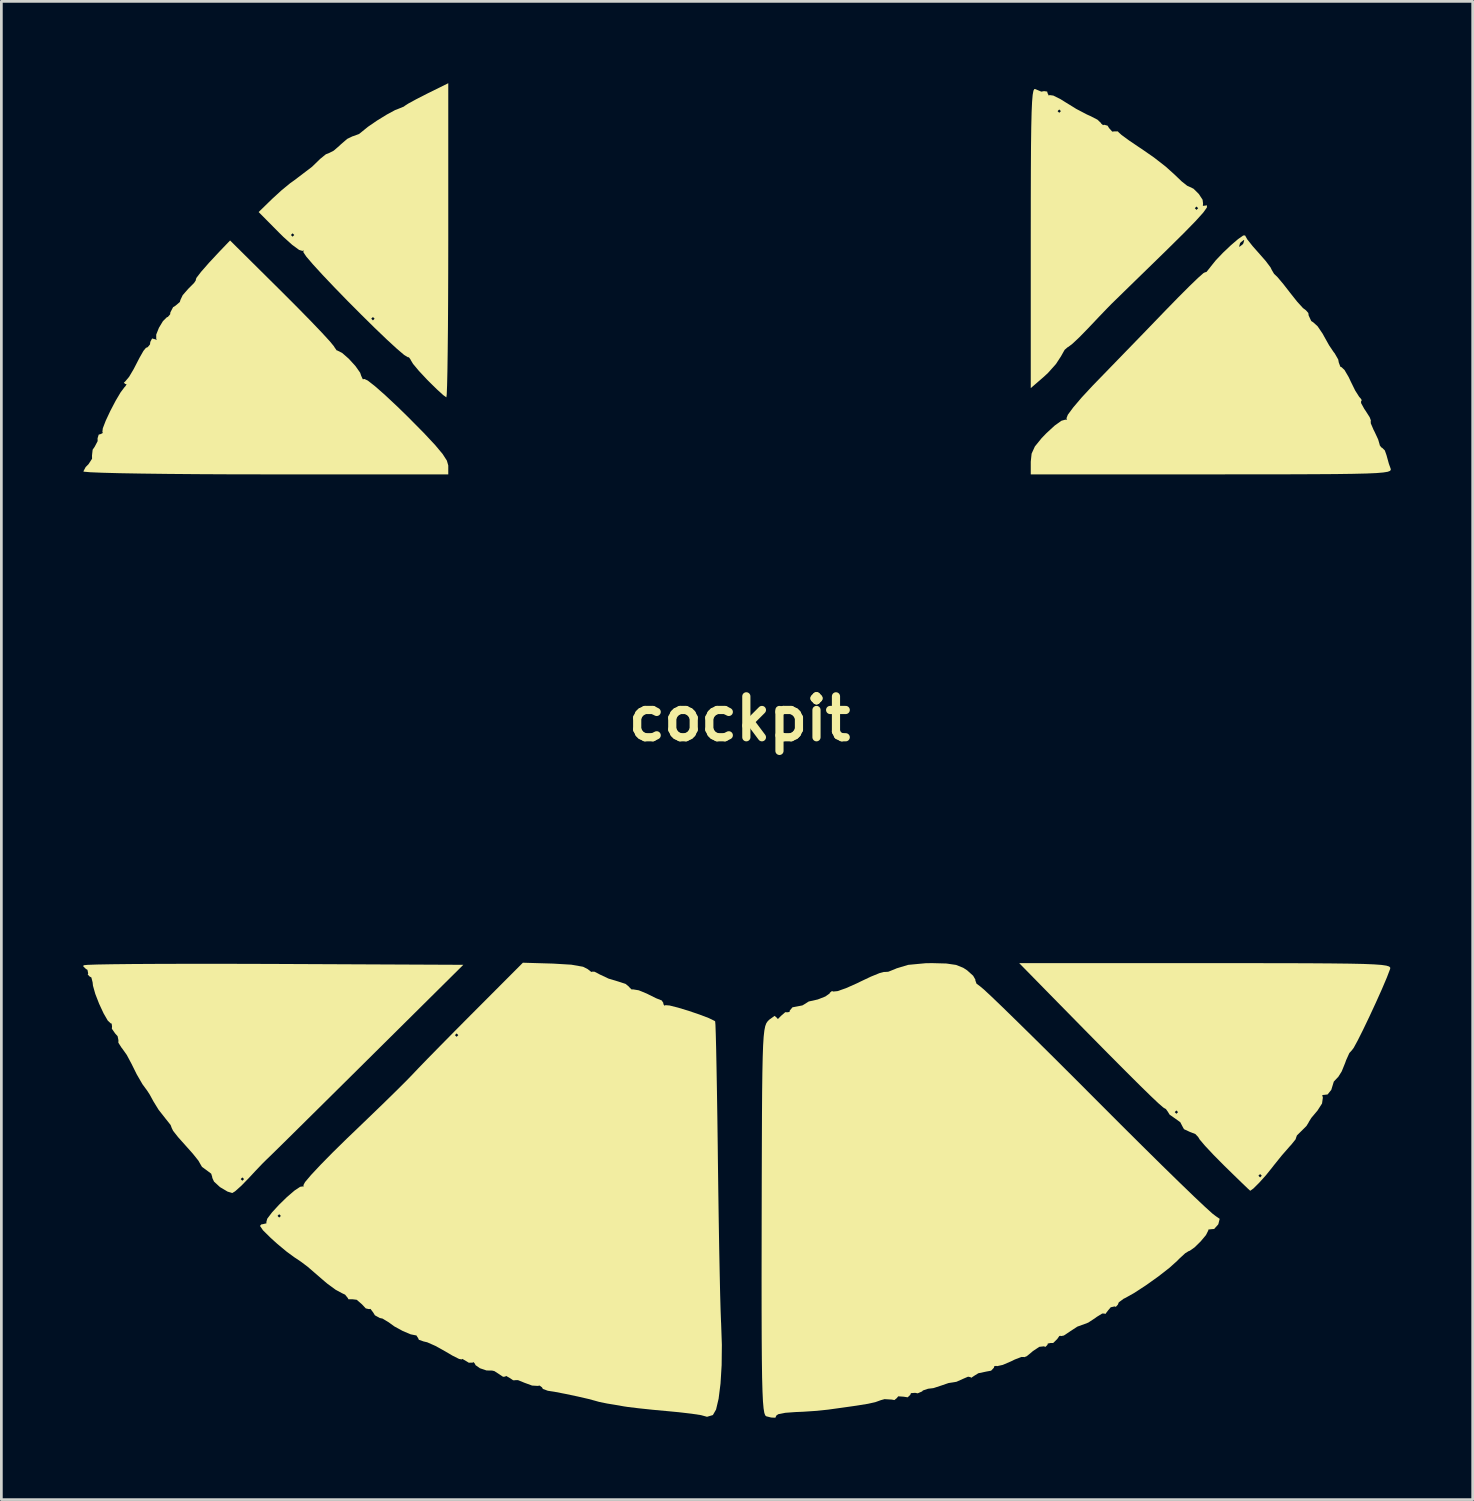
<source format=kicad_pcb>
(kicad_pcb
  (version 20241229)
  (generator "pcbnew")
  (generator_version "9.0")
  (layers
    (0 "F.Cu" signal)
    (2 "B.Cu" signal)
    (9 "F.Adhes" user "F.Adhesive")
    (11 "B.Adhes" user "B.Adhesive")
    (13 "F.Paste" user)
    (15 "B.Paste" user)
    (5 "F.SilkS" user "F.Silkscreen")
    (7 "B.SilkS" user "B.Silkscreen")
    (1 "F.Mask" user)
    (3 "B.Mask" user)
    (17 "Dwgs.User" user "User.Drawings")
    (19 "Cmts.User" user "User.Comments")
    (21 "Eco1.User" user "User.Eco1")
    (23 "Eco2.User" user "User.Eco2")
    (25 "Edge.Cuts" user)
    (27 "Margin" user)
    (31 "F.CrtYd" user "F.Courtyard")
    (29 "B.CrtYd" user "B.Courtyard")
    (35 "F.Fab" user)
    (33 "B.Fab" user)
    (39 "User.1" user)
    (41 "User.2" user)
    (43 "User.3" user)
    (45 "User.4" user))
  (footprint "cockpit"
    (layer "F.Cu")
    (at 24.055 23.294)
    (property "Reference" "cockpit" (at 0 0 0) (layer "F.SilkS") (effects (font (size 1.5 1.5) (thickness 0.3))))
    (attr board_only exclude_from_pos_files exclude_from_bom)
    (fp_poly (pts (xy -10.675 -17.537) (xy -10.677 -16.375) (xy -10.681 -15.291) (xy -10.687 -14.31) (xy -10.696 -13.455) (xy -10.706 -12.75) (xy -10.718 -12.22) (xy -10.731 -11.889) (xy -10.745 -11.78) (xy -10.858 -11.861) (xy -11.093 -12.075) (xy -11.403 -12.379) (xy -11.447 -12.424) (xy -11.75 -12.748) (xy -11.966 -13.007) (xy -12.053 -13.152) (xy -12.053 -13.16) (xy -12.118 -13.248) (xy -12.158 -13.252) (xy -12.293 -13.335) (xy -12.561 -13.563) (xy -12.933 -13.905) (xy -13.377 -14.331) (xy -13.714 -14.663) (xy -13.498 -14.663) (xy -13.436 -14.602) (xy -13.375 -14.663) (xy -13.436 -14.725) (xy -13.498 -14.663) (xy -13.714 -14.663) (xy -13.864 -14.811) (xy -14.364 -15.313) (xy -14.845 -15.808) (xy -15.278 -16.264) (xy -15.632 -16.651) (xy -15.878 -16.938) (xy -15.984 -17.096) (xy -15.985 -17.112) (xy -15.978 -17.174) (xy -16.016 -17.146) (xy -16.142 -17.184) (xy -16.392 -17.367) (xy -16.719 -17.661) (xy -16.79 -17.731) (xy -16.443 -17.731) (xy -16.381 -17.67) (xy -16.32 -17.731) (xy -16.381 -17.792) (xy -16.443 -17.731) (xy -16.79 -17.731) (xy -16.872 -17.812) (xy -17.625 -18.572) (xy -17.126 -19.058) (xy -16.787 -19.368) (xy -16.466 -19.632) (xy -16.32 -19.735) (xy -15.669 -20.23) (xy -15.368 -20.522) (xy -15.16 -20.69) (xy -15.035 -20.739) (xy -14.872 -20.823) (xy -14.643 -21.022) (xy -14.62 -21.046) (xy -14.378 -21.254) (xy -14.18 -21.35) (xy -14.168 -21.351) (xy -13.949 -21.431) (xy -13.841 -21.516) (xy -13.618 -21.697) (xy -13.287 -21.924) (xy -12.929 -22.144) (xy -12.627 -22.308) (xy -12.49 -22.361) (xy -12.3 -22.439) (xy -12.271 -22.464) (xy -12.137 -22.55) (xy -11.845 -22.709) (xy -11.456 -22.908) (xy -11.442 -22.915) (xy -10.675 -23.294)) (stroke (width 0) (type solid)) (fill yes) (layer "F.SilkS"))
    (fp_poly (pts (xy -17.969 8.984) (xy -17.045 8.987) (xy -10.123 9.019) (xy -13.65 12.516) (xy -14.422 13.281) (xy -15.143 13.995) (xy -15.794 14.639) (xy -16.355 15.194) (xy -16.807 15.64) (xy -17.131 15.958) (xy -17.307 16.129) (xy -17.331 16.151) (xy -17.495 16.314) (xy -17.758 16.59) (xy -17.977 16.826) (xy -18.261 17.118) (xy -18.489 17.321) (xy -18.591 17.383) (xy -18.765 17.331) (xy -19.026 17.176) (xy -19.051 17.158) (xy -19.26 16.966) (xy -19.304 16.872) (xy -18.283 16.872) (xy -18.222 16.933) (xy -18.16 16.872) (xy -18.222 16.811) (xy -18.283 16.872) (xy -19.304 16.872) (xy -19.328 16.819) (xy -19.323 16.806) (xy -19.364 16.675) (xy -19.507 16.567) (xy -19.702 16.424) (xy -19.756 16.333) (xy -19.833 16.197) (xy -20.037 15.942) (xy -20.306 15.64) (xy -20.579 15.334) (xy -20.76 15.104) (xy -20.81 15.002) (xy -20.851 14.891) (xy -21.014 14.685) (xy -21.03 14.666) (xy -21.292 14.332) (xy -21.478 14.03) (xy -21.621 13.769) (xy -21.717 13.622) (xy -21.719 13.62) (xy -21.883 13.396) (xy -22.094 13.032) (xy -22.283 12.651) (xy -22.458 12.323) (xy -22.633 12.076) (xy -22.649 12.059) (xy -22.767 11.873) (xy -22.764 11.784) (xy -22.794 11.636) (xy -22.885 11.534) (xy -23.005 11.362) (xy -22.999 11.275) (xy -23.013 11.172) (xy -23.046 11.166) (xy -23.156 11.062) (xy -23.309 10.797) (xy -23.472 10.447) (xy -23.613 10.084) (xy -23.698 9.782) (xy -23.71 9.663) (xy -23.757 9.481) (xy -23.82 9.448) (xy -23.889 9.374) (xy -23.873 9.336) (xy -23.899 9.203) (xy -23.957 9.169) (xy -24.055 9.074) (xy -24.039 9.035) (xy -23.906 9.021) (xy -23.55 9.008) (xy -22.993 8.998) (xy -22.257 8.99) (xy -21.365 8.985) (xy -20.338 8.982) (xy -19.198 8.981)) (stroke (width 0) (type solid)) (fill yes) (layer "F.SilkS"))
    (fp_poly (pts (xy 10.85 -23.076) (xy 10.854 -23.073) (xy 11.063 -22.985) (xy 11.161 -23.004) (xy 11.277 -22.988) (xy 11.289 -22.933) (xy 11.334 -22.841) (xy 11.366 -22.859) (xy 11.502 -22.841) (xy 11.765 -22.71) (xy 11.949 -22.595) (xy 12.343 -22.352) (xy 12.734 -22.147) (xy 12.853 -22.094) (xy 13.119 -21.958) (xy 13.25 -21.834) (xy 13.252 -21.819) (xy 13.326 -21.756) (xy 13.362 -21.772) (xy 13.491 -21.738) (xy 13.545 -21.649) (xy 13.662 -21.519) (xy 13.732 -21.528) (xy 13.869 -21.529) (xy 13.886 -21.504) (xy 14.002 -21.398) (xy 14.273 -21.199) (xy 14.644 -20.948) (xy 14.728 -20.893) (xy 15.187 -20.575) (xy 15.625 -20.234) (xy 15.946 -19.945) (xy 15.948 -19.943) (xy 16.211 -19.691) (xy 16.409 -19.535) (xy 16.467 -19.51) (xy 16.64 -19.427) (xy 16.834 -19.235) (xy 16.973 -19.023) (xy 16.99 -18.889) (xy 16.983 -18.798) (xy 17.016 -18.802) (xy 17.134 -18.817) (xy 17.13 -18.737) (xy 16.994 -18.548) (xy 16.714 -18.238) (xy 16.278 -17.792) (xy 15.675 -17.196) (xy 15.532 -17.056) (xy 14.99 -16.528) (xy 14.499 -16.05) (xy 14.089 -15.65) (xy 13.791 -15.359) (xy 13.637 -15.209) (xy 13.634 -15.206) (xy 13.456 -15.024) (xy 13.168 -14.724) (xy 12.829 -14.366) (xy 12.782 -14.316) (xy 12.461 -13.987) (xy 12.199 -13.741) (xy 12.045 -13.624) (xy 12.03 -13.62) (xy 11.916 -13.521) (xy 11.782 -13.283) (xy 11.598 -13.001) (xy 11.306 -12.674) (xy 11.153 -12.532) (xy 10.675 -12.119) (xy 10.675 -17.67) (xy 10.676 -18.713) (xy 16.688 -18.713) (xy 16.749 -18.651) (xy 16.811 -18.713) (xy 16.749 -18.774) (xy 16.688 -18.713) (xy 10.676 -18.713) (xy 10.676 -18.992) (xy 10.679 -20.089) (xy 10.684 -20.979) (xy 10.693 -21.682) (xy 10.706 -22.218) (xy 10.708 -22.271) (xy 11.657 -22.271) (xy 11.718 -22.21) (xy 11.78 -22.271) (xy 11.718 -22.332) (xy 11.657 -22.271) (xy 10.708 -22.271) (xy 10.723 -22.607) (xy 10.745 -22.867) (xy 10.773 -23.019) (xy 10.808 -23.082)) (stroke (width 0) (type solid)) (fill yes) (layer "F.SilkS"))
    (fp_poly (pts (xy -16.76 -15.634) (xy -16.202 -15.075) (xy -15.708 -14.571) (xy -15.303 -14.147) (xy -15.013 -13.831) (xy -14.863 -13.648) (xy -14.847 -13.618) (xy -14.766 -13.501) (xy -14.743 -13.498) (xy -14.566 -13.409) (xy -14.32 -13.194) (xy -14.076 -12.926) (xy -13.904 -12.682) (xy -13.866 -12.569) (xy -13.807 -12.442) (xy -13.746 -12.453) (xy -13.624 -12.395) (xy -13.361 -12.189) (xy -12.988 -11.861) (xy -12.536 -11.438) (xy -12.15 -11.061) (xy -11.571 -10.476) (xy -11.154 -10.03) (xy -10.879 -9.7) (xy -10.726 -9.461) (xy -10.676 -9.288) (xy -10.675 -9.276) (xy -10.675 -8.957) (xy -17.363 -8.957) (xy -18.655 -8.959) (xy -19.858 -8.965) (xy -20.95 -8.974) (xy -21.911 -8.986) (xy -22.719 -9) (xy -23.355 -9.017) (xy -23.797 -9.035) (xy -24.024 -9.055) (xy -24.05 -9.065) (xy -23.966 -9.224) (xy -23.861 -9.33) (xy -23.731 -9.53) (xy -23.733 -9.648) (xy -23.709 -9.862) (xy -23.636 -9.967) (xy -23.526 -10.176) (xy -23.529 -10.278) (xy -23.487 -10.415) (xy -23.426 -10.43) (xy -23.334 -10.476) (xy -23.353 -10.51) (xy -23.337 -10.646) (xy -23.229 -10.926) (xy -23.061 -11.284) (xy -22.868 -11.653) (xy -22.682 -11.967) (xy -22.537 -12.159) (xy -22.516 -12.177) (xy -22.464 -12.26) (xy -22.516 -12.271) (xy -22.566 -12.317) (xy -22.514 -12.364) (xy -22.374 -12.531) (xy -22.211 -12.807) (xy -22.207 -12.813) (xy -21.989 -13.235) (xy -21.849 -13.481) (xy -21.757 -13.594) (xy -21.69 -13.62) (xy -21.607 -13.721) (xy -21.596 -13.812) (xy -21.531 -13.938) (xy -21.443 -13.915) (xy -21.354 -13.887) (xy -21.378 -13.925) (xy -21.379 -14.08) (xy -21.28 -14.33) (xy -21.132 -14.575) (xy -20.988 -14.717) (xy -20.956 -14.725) (xy -20.869 -14.823) (xy -20.86 -14.896) (xy -20.761 -15.085) (xy -20.676 -15.137) (xy -20.513 -15.276) (xy -20.492 -15.351) (xy -20.409 -15.525) (xy -20.206 -15.758) (xy -20.179 -15.784) (xy -19.99 -15.975) (xy -19.926 -16.071) (xy -19.932 -16.074) (xy -19.908 -16.156) (xy -19.735 -16.381) (xy -19.439 -16.719) (xy -19.06 -17.125) (xy -18.672 -17.53)) (stroke (width 0) (type solid)) (fill yes) (layer "F.SilkS"))
    (fp_poly (pts (xy 18.554 8.958) (xy 19.796 8.959) (xy 20.83 8.962) (xy 21.675 8.968) (xy 22.348 8.976) (xy 22.87 8.987) (xy 23.258 9.003) (xy 23.531 9.023) (xy 23.708 9.049) (xy 23.808 9.08) (xy 23.849 9.118) (xy 23.849 9.163) (xy 23.846 9.172) (xy 23.726 9.486) (xy 23.544 9.914) (xy 23.322 10.409) (xy 23.085 10.92) (xy 22.856 11.398) (xy 22.657 11.795) (xy 22.512 12.061) (xy 22.447 12.148) (xy 22.352 12.253) (xy 22.234 12.514) (xy 22.201 12.608) (xy 22.072 12.926) (xy 21.942 13.133) (xy 21.916 13.156) (xy 21.781 13.301) (xy 21.77 13.34) (xy 21.69 13.602) (xy 21.554 13.771) (xy 21.44 13.784) (xy 21.359 13.792) (xy 21.381 13.889) (xy 21.351 14.102) (xy 21.177 14.372) (xy 21.156 14.395) (xy 20.959 14.629) (xy 20.862 14.785) (xy 20.86 14.797) (xy 20.777 14.929) (xy 20.596 15.109) (xy 20.431 15.271) (xy 20.406 15.338) (xy 20.381 15.416) (xy 20.226 15.609) (xy 20.164 15.676) (xy 19.877 16.005) (xy 19.575 16.38) (xy 19.527 16.443) (xy 19.298 16.728) (xy 19.047 17.007) (xy 18.834 17.219) (xy 18.719 17.301) (xy 18.631 17.221) (xy 18.404 17.003) (xy 18.143 16.749) (xy 19.019 16.749) (xy 19.081 16.811) (xy 19.142 16.749) (xy 19.081 16.688) (xy 19.019 16.749) (xy 18.143 16.749) (xy 18.075 16.683) (xy 17.756 16.371) (xy 17.371 15.982) (xy 17.061 15.651) (xy 16.864 15.419) (xy 16.811 15.33) (xy 16.707 15.221) (xy 16.508 15.144) (xy 16.291 15.043) (xy 16.232 14.937) (xy 16.156 14.789) (xy 15.975 14.658) (xy 15.765 14.511) (xy 15.708 14.418) (xy 15.952 14.418) (xy 16.013 14.479) (xy 16.074 14.418) (xy 16.013 14.357) (xy 15.952 14.418) (xy 15.708 14.418) (xy 15.699 14.403) (xy 15.623 14.297) (xy 15.607 14.295) (xy 15.53 14.247) (xy 15.356 14.096) (xy 15.076 13.831) (xy 14.68 13.444) (xy 14.157 12.923) (xy 13.497 12.26) (xy 12.691 11.443) (xy 11.728 10.463) (xy 11.353 10.081) (xy 10.251 8.957) (xy 17.085 8.957)) (stroke (width 0) (type solid)) (fill yes) (layer "F.SilkS"))
    (fp_poly (pts (xy 18.608 -17.574) (xy 18.81 -17.319) (xy 19.021 -17.081) (xy 19.284 -16.781) (xy 19.462 -16.545) (xy 19.51 -16.447) (xy 19.595 -16.303) (xy 19.602 -16.299) (xy 19.718 -16.187) (xy 19.932 -15.933) (xy 20.18 -15.614) (xy 20.441 -15.285) (xy 20.652 -15.053) (xy 20.762 -14.97) (xy 20.849 -14.87) (xy 20.86 -14.782) (xy 20.955 -14.577) (xy 21.029 -14.53) (xy 21.188 -14.386) (xy 21.377 -14.107) (xy 21.427 -14.014) (xy 21.612 -13.684) (xy 21.78 -13.435) (xy 21.811 -13.399) (xy 21.945 -13.166) (xy 21.964 -13.059) (xy 22.023 -12.902) (xy 22.068 -12.884) (xy 22.175 -12.782) (xy 22.327 -12.523) (xy 22.402 -12.363) (xy 22.566 -12.03) (xy 22.713 -11.798) (xy 22.758 -11.751) (xy 22.815 -11.668) (xy 22.784 -11.659) (xy 22.781 -11.572) (xy 22.899 -11.357) (xy 22.946 -11.289) (xy 23.097 -11.052) (xy 23.144 -10.927) (xy 23.135 -10.921) (xy 23.138 -10.827) (xy 23.238 -10.593) (xy 23.275 -10.522) (xy 23.408 -10.237) (xy 23.463 -10.048) (xy 23.462 -10.031) (xy 23.526 -9.941) (xy 23.545 -9.939) (xy 23.652 -9.835) (xy 23.713 -9.663) (xy 23.803 -9.339) (xy 23.864 -9.172) (xy 23.872 -9.125) (xy 23.844 -9.086) (xy 23.76 -9.053) (xy 23.6 -9.027) (xy 23.347 -9.005) (xy 22.98 -8.989) (xy 22.482 -8.977) (xy 21.834 -8.968) (xy 21.016 -8.963) (xy 20.01 -8.959) (xy 18.797 -8.958) (xy 17.358 -8.957) (xy 17.315 -8.957) (xy 10.675 -8.957) (xy 10.675 -9.422) (xy 10.706 -9.716) (xy 10.825 -9.979) (xy 11.074 -10.286) (xy 11.244 -10.462) (xy 11.55 -10.744) (xy 11.8 -10.923) (xy 11.937 -10.961) (xy 12.005 -10.963) (xy 11.983 -11.013) (xy 12.034 -11.143) (xy 12.231 -11.41) (xy 12.543 -11.777) (xy 12.942 -12.207) (xy 13.038 -12.306) (xy 13.542 -12.825) (xy 14.151 -13.453) (xy 14.799 -14.121) (xy 15.418 -14.763) (xy 15.614 -14.966) (xy 16.087 -15.451) (xy 16.494 -15.858) (xy 16.809 -16.161) (xy 17.005 -16.334) (xy 17.057 -16.361) (xy 17.115 -16.376) (xy 17.255 -16.55) (xy 17.272 -16.574) (xy 17.458 -16.805) (xy 17.72 -17.08) (xy 17.962 -17.309) (xy 18.313 -17.309) (xy 18.33 -17.301) (xy 18.442 -17.388) (xy 18.467 -17.424) (xy 18.498 -17.539) (xy 18.482 -17.547) (xy 18.37 -17.46) (xy 18.344 -17.424) (xy 18.313 -17.309) (xy 17.962 -17.309) (xy 18.007 -17.352) (xy 18.271 -17.578) (xy 18.461 -17.712) (xy 18.53 -17.715)) (stroke (width 0) (type solid)) (fill yes) (layer "F.SilkS"))
    (fp_poly (pts (xy -6.838 8.974) (xy -6.166 9.014) (xy -5.735 9.09) (xy -5.568 9.174) (xy -5.431 9.281) (xy -5.399 9.27) (xy -5.312 9.272) (xy -5.123 9.372) (xy -4.798 9.525) (xy -4.448 9.63) (xy -4.177 9.718) (xy -4.051 9.822) (xy -4.049 9.832) (xy -3.956 9.922) (xy -3.896 9.92) (xy -3.693 9.953) (xy -3.394 10.076) (xy -3.345 10.101) (xy -3.059 10.243) (xy -2.87 10.319) (xy -2.854 10.322) (xy -2.789 10.42) (xy -2.795 10.451) (xy -2.753 10.517) (xy -2.711 10.498) (xy -2.562 10.51) (xy -2.257 10.587) (xy -1.867 10.705) (xy -1.465 10.842) (xy -1.124 10.972) (xy -0.915 11.074) (xy -0.893 11.092) (xy -0.882 11.219) (xy -0.87 11.566) (xy -0.856 12.107) (xy -0.842 12.814) (xy -0.827 13.664) (xy -0.812 14.629) (xy -0.798 15.683) (xy -0.793 16.15) (xy -0.778 17.281) (xy -0.762 18.373) (xy -0.745 19.394) (xy -0.727 20.309) (xy -0.71 21.087) (xy -0.693 21.694) (xy -0.678 22.097) (xy -0.674 22.165) (xy -0.647 22.945) (xy -0.655 23.692) (xy -0.696 24.365) (xy -0.766 24.921) (xy -0.86 25.32) (xy -0.975 25.519) (xy -0.984 25.524) (xy -1.191 25.585) (xy -1.267 25.564) (xy -1.413 25.524) (xy -1.748 25.473) (xy -2.218 25.418) (xy -2.603 25.381) (xy -3.177 25.328) (xy -3.696 25.273) (xy -4.088 25.226) (xy -4.233 25.204) (xy -4.588 25.142) (xy -4.847 25.1) (xy -5.149 25.038) (xy -5.276 25.002) (xy -5.534 24.932) (xy -5.935 24.84) (xy -6.384 24.745) (xy -6.783 24.668) (xy -7.025 24.631) (xy -7.207 24.564) (xy -7.24 24.505) (xy -7.328 24.44) (xy -7.393 24.453) (xy -7.604 24.44) (xy -7.884 24.337) (xy -8.117 24.242) (xy -8.221 24.242) (xy -8.221 24.246) (xy -8.297 24.247) (xy -8.405 24.173) (xy -8.554 24.087) (xy -8.589 24.112) (xy -8.666 24.119) (xy -8.792 24.035) (xy -8.985 23.91) (xy -9.068 23.891) (xy -9.273 23.887) (xy -9.516 23.805) (xy -9.678 23.69) (xy -9.694 23.648) (xy -9.747 23.579) (xy -9.774 23.599) (xy -9.922 23.603) (xy -10.02 23.543) (xy -10.158 23.463) (xy -10.185 23.482) (xy -10.278 23.465) (xy -10.521 23.343) (xy -10.781 23.19) (xy -11.144 22.988) (xy -11.447 22.854) (xy -11.579 22.823) (xy -11.753 22.762) (xy -11.78 22.7) (xy -11.848 22.598) (xy -11.872 22.599) (xy -12.055 22.562) (xy -12.347 22.438) (xy -12.65 22.273) (xy -12.862 22.119) (xy -13.085 21.985) (xy -13.186 21.964) (xy -13.364 21.865) (xy -13.426 21.763) (xy -13.526 21.63) (xy -13.581 21.639) (xy -13.699 21.612) (xy -13.837 21.464) (xy -14.031 21.296) (xy -14.185 21.277) (xy -14.335 21.277) (xy -14.357 21.232) (xy -14.457 21.108) (xy -14.574 21.053) (xy -14.797 20.933) (xy -15.1 20.712) (xy -15.218 20.613) (xy -15.52 20.352) (xy -15.769 20.137) (xy -15.829 20.085) (xy -16.071 19.903) (xy -16.326 19.732) (xy -16.59 19.539) (xy -16.938 19.25) (xy -17.18 19.032) (xy -17.467 18.748) (xy -17.576 18.588) (xy -17.522 18.53) (xy -17.49 18.529) (xy -17.338 18.494) (xy -17.343 18.446) (xy -17.309 18.324) (xy -17.232 18.222) (xy -16.933 18.222) (xy -16.872 18.283) (xy -16.811 18.222) (xy -16.872 18.16) (xy -16.933 18.222) (xy -17.232 18.222) (xy -17.138 18.097) (xy -16.88 17.816) (xy -16.588 17.531) (xy -16.312 17.294) (xy -16.105 17.156) (xy -16.031 17.144) (xy -15.967 17.14) (xy -15.987 17.098) (xy -15.924 16.982) (xy -15.707 16.725) (xy -15.36 16.354) (xy -14.909 15.895) (xy -14.379 15.375) (xy -14.204 15.208) (xy -13.621 14.648) (xy -13.074 14.12) (xy -12.599 13.655) (xy -12.229 13.287) (xy -11.997 13.049) (xy -11.972 13.022) (xy -11.771 12.81) (xy -11.43 12.458) (xy -10.98 11.999) (xy -10.582 11.596) (xy -10.43 11.596) (xy -10.369 11.657) (xy -10.307 11.596) (xy -10.369 11.534) (xy -10.43 11.596) (xy -10.582 11.596) (xy -10.455 11.467) (xy -9.888 10.895) (xy -9.768 10.775) (xy -7.94 8.942)) (stroke (width 0) (type solid)) (fill yes) (layer "F.SilkS"))
    (fp_poly (pts (xy 7.58 8.971) (xy 7.937 9.023) (xy 8.2 9.128) (xy 8.344 9.222) (xy 8.563 9.419) (xy 8.647 9.566) (xy 8.642 9.584) (xy 8.686 9.709) (xy 8.82 9.809) (xy 8.953 9.92) (xy 9.24 10.187) (xy 9.664 10.594) (xy 10.205 11.122) (xy 10.847 11.753) (xy 11.571 12.47) (xy 12.359 13.256) (xy 13.149 14.048) (xy 13.98 14.88) (xy 14.763 15.658) (xy 15.48 16.366) (xy 16.114 16.985) (xy 16.646 17.499) (xy 17.06 17.889) (xy 17.336 18.139) (xy 17.455 18.23) (xy 17.599 18.329) (xy 17.552 18.519) (xy 17.541 18.54) (xy 17.396 18.701) (xy 17.295 18.709) (xy 17.187 18.721) (xy 17.179 18.761) (xy 17.098 18.922) (xy 16.906 19.153) (xy 16.681 19.374) (xy 16.5 19.502) (xy 16.467 19.51) (xy 16.335 19.591) (xy 16.115 19.794) (xy 16.046 19.865) (xy 15.761 20.122) (xy 15.352 20.441) (xy 14.893 20.768) (xy 14.459 21.051) (xy 14.125 21.237) (xy 14.083 21.255) (xy 13.901 21.39) (xy 13.866 21.477) (xy 13.792 21.556) (xy 13.751 21.539) (xy 13.606 21.571) (xy 13.509 21.686) (xy 13.408 21.818) (xy 13.379 21.802) (xy 13.294 21.8) (xy 13.091 21.925) (xy 13.052 21.955) (xy 12.786 22.131) (xy 12.585 22.209) (xy 12.577 22.21) (xy 12.383 22.28) (xy 12.119 22.452) (xy 12.103 22.464) (xy 11.887 22.607) (xy 11.779 22.628) (xy 11.776 22.617) (xy 11.724 22.622) (xy 11.646 22.734) (xy 11.497 22.88) (xy 11.404 22.88) (xy 11.297 22.901) (xy 11.289 22.946) (xy 11.213 23.023) (xy 11.157 23.002) (xy 10.988 23.021) (xy 10.751 23.178) (xy 10.728 23.2) (xy 10.529 23.364) (xy 10.432 23.402) (xy 10.43 23.394) (xy 10.334 23.392) (xy 10.091 23.485) (xy 9.954 23.552) (xy 9.649 23.683) (xy 9.44 23.729) (xy 9.402 23.718) (xy 9.332 23.735) (xy 9.326 23.784) (xy 9.222 23.895) (xy 9.043 23.928) (xy 8.755 23.988) (xy 8.614 24.075) (xy 8.49 24.157) (xy 8.467 24.132) (xy 8.377 24.115) (xy 8.191 24.195) (xy 7.951 24.302) (xy 7.827 24.323) (xy 7.661 24.348) (xy 7.397 24.439) (xy 7.106 24.534) (xy 6.911 24.557) (xy 6.721 24.621) (xy 6.693 24.655) (xy 6.531 24.725) (xy 6.438 24.707) (xy 6.283 24.718) (xy 6.258 24.782) (xy 6.164 24.871) (xy 6.013 24.848) (xy 5.817 24.835) (xy 5.767 24.897) (xy 5.678 24.972) (xy 5.583 24.954) (xy 5.317 24.938) (xy 5.184 24.974) (xy 4.979 25.048) (xy 4.706 25.109) (xy 4.291 25.176) (xy 4.111 25.202) (xy 3.735 25.255) (xy 3.303 25.315) (xy 3.252 25.322) (xy 2.838 25.366) (xy 2.328 25.4) (xy 2.055 25.411) (xy 1.676 25.439) (xy 1.42 25.49) (xy 1.35 25.539) (xy 1.314 25.619) (xy 1.161 25.612) (xy 0.982 25.567) (xy 0.942 25.533) (xy 0.909 25.441) (xy 0.882 25.275) (xy 0.859 25.016) (xy 0.842 24.645) (xy 0.828 24.145) (xy 0.819 23.497) (xy 0.813 22.684) (xy 0.81 21.688) (xy 0.809 20.49) (xy 0.811 19.072) (xy 0.812 18.396) (xy 0.815 16.896) (xy 0.819 15.623) (xy 0.823 14.557) (xy 0.829 13.678) (xy 0.838 12.967) (xy 0.85 12.406) (xy 0.865 11.975) (xy 0.885 11.655) (xy 0.911 11.426) (xy 0.942 11.269) (xy 0.98 11.166) (xy 1.026 11.096) (xy 1.079 11.04) (xy 1.088 11.032) (xy 1.286 10.89) (xy 1.354 10.947) (xy 1.407 11.006) (xy 1.519 10.892) (xy 1.677 10.755) (xy 1.761 10.759) (xy 1.834 10.745) (xy 1.841 10.696) (xy 1.942 10.576) (xy 2.066 10.553) (xy 2.305 10.507) (xy 2.383 10.461) (xy 2.539 10.362) (xy 2.556 10.359) (xy 2.868 10.289) (xy 3.148 10.179) (xy 3.304 10.068) (xy 3.313 10.041) (xy 3.389 9.98) (xy 3.434 9.999) (xy 3.594 9.983) (xy 3.908 9.873) (xy 4.314 9.692) (xy 4.404 9.647) (xy 4.813 9.453) (xy 5.131 9.323) (xy 5.303 9.278) (xy 5.315 9.282) (xy 5.453 9.273) (xy 5.71 9.17) (xy 5.75 9.151) (xy 6.179 9.021) (xy 6.817 8.961) (xy 7.054 8.957)) (stroke (width 0) (type solid)) (fill yes) (layer "F.SilkS")))
  (gr_rect
    (start -3 -3)
    (end 50.928 51.914)
    (stroke (width 0.1) (type default))
    (fill no)
    (layer "Edge.Cuts")))
</source>
